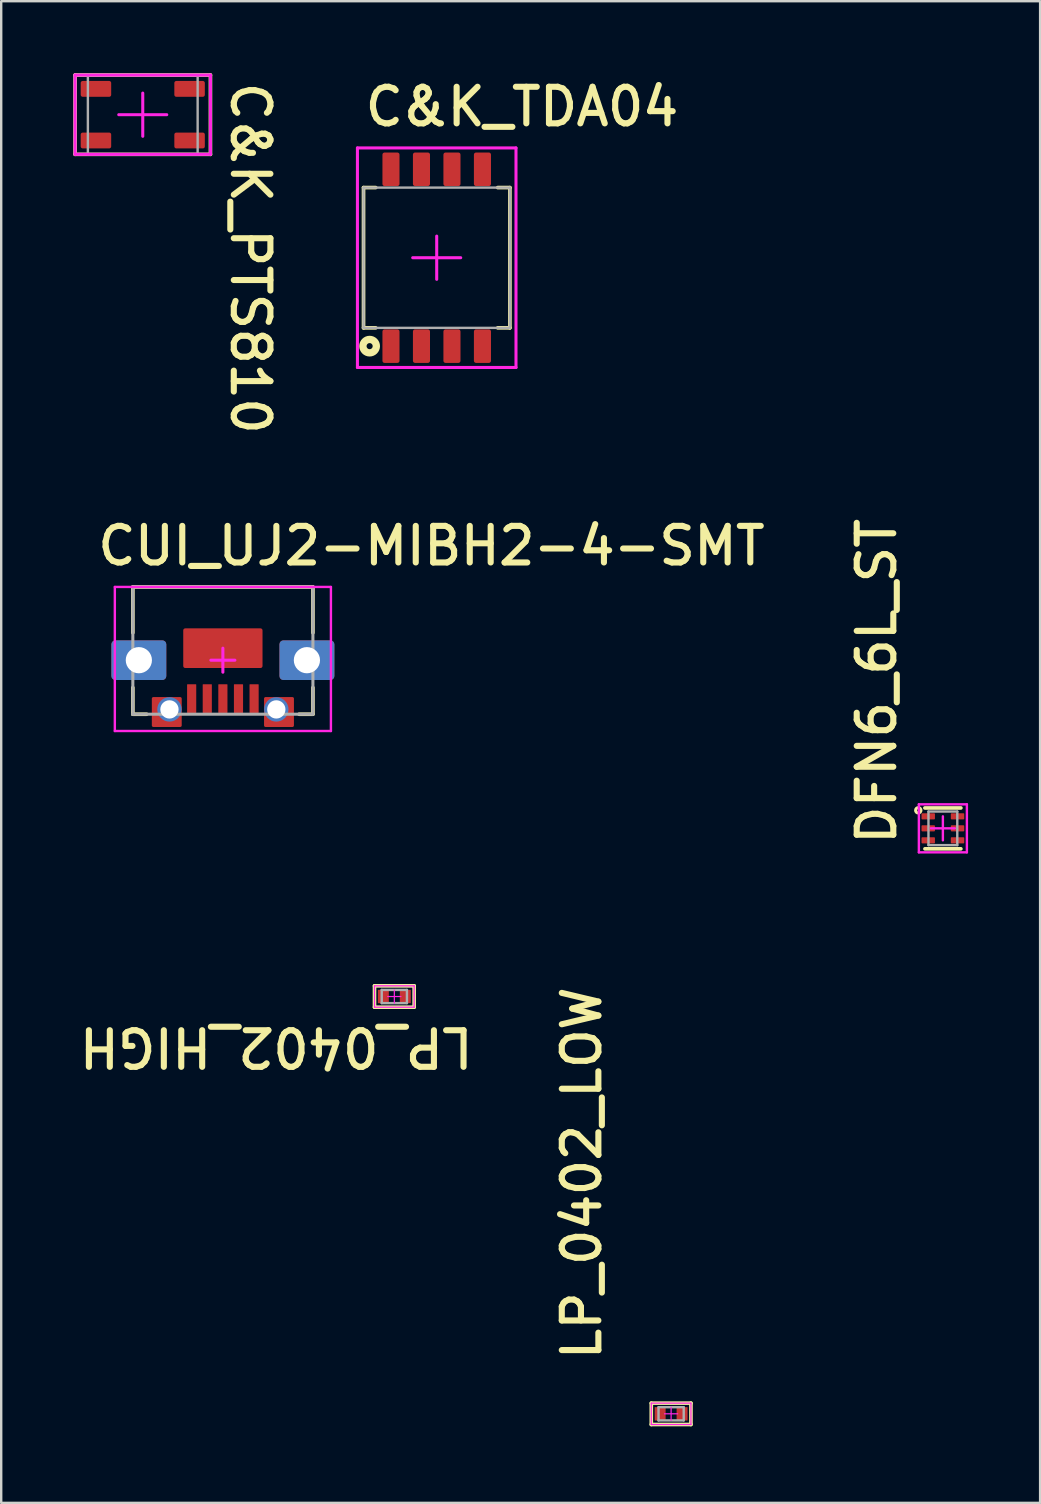
<source format=kicad_pcb>
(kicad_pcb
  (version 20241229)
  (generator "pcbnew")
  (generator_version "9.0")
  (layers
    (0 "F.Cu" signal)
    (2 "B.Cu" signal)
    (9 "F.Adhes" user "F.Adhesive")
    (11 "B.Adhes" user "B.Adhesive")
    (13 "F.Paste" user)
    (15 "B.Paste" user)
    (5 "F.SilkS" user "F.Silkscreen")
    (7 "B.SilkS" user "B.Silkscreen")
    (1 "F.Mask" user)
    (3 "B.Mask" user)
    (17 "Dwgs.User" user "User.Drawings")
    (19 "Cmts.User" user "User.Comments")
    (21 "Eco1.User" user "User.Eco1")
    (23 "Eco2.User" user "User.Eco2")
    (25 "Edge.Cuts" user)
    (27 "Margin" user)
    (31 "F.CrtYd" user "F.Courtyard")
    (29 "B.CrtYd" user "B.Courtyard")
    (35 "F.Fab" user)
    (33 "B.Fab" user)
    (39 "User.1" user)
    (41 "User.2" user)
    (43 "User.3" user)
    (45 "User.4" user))
  (footprint "C&K_TDA04"
    (layer "F.Cu")
    (at 15.139 7.684)
    (property "Reference" "C&K_TDA04" (at -3.111 -5.397 0) (unlocked yes) (layer "F.SilkS") (effects (font (size 1.524 1.524) (thickness 0.254)) (justify left bottom)))
    (fp_line (start -3.048 -2.921) (end -2.54 -2.921) (stroke (width 0.152) (type solid)) (layer "F.SilkS"))
    (fp_line (start -3.048 2.921) (end -3.048 -2.921) (stroke (width 0.152) (type solid)) (layer "F.SilkS"))
    (fp_line (start -3.048 2.921) (end -2.54 2.921) (stroke (width 0.152) (type solid)) (layer "F.SilkS"))
    (fp_line (start 2.54 -2.921) (end 3.048 -2.921) (stroke (width 0.152) (type solid)) (layer "F.SilkS"))
    (fp_line (start 2.54 2.921) (end 3.048 2.921) (stroke (width 0.152) (type solid)) (layer "F.SilkS"))
    (fp_line (start 3.048 2.921) (end 3.048 -2.921) (stroke (width 0.152) (type solid)) (layer "F.SilkS"))
    (fp_circle (center -2.794 3.683) (end -2.794 3.556) (stroke (width 0.305) (type solid)) (fill no) (layer "F.SilkS"))
    (fp_line (start -3.302 -4.572) (end 3.302 -4.572) (stroke (width 0.127) (type solid)) (layer "F.CrtYd"))
    (fp_line (start -3.302 4.572) (end -3.302 -4.572) (stroke (width 0.127) (type solid)) (layer "F.CrtYd"))
    (fp_line (start -3.302 4.572) (end 3.302 4.572) (stroke (width 0.127) (type solid)) (layer "F.CrtYd"))
    (fp_line (start -1 0) (end 1 0) (stroke (width 0.127) (type solid)) (layer "F.CrtYd"))
    (fp_line (start 0 0.9) (end 0 -0.9) (stroke (width 0.127) (type solid)) (layer "F.CrtYd"))
    (fp_line (start 3.302 4.572) (end 3.302 -4.572) (stroke (width 0.127) (type solid)) (layer "F.CrtYd"))
    (fp_line (start -3.048 -2.921) (end 3.048 -2.921) (stroke (width 0.1) (type solid)) (layer "F.Fab"))
    (fp_line (start -3.048 2.921) (end -3.048 -2.921) (stroke (width 0.1) (type solid)) (layer "F.Fab"))
    (fp_line (start -3.048 2.921) (end 3.048 2.921) (stroke (width 0.1) (type solid)) (layer "F.Fab"))
    (fp_line (start 3.048 2.921) (end 3.048 -2.921) (stroke (width 0.1) (type solid)) (layer "F.Fab"))
    (fp_text user "${REFERENCE}" (at -0.508 0.254 0) (unlocked yes) (layer "User.6") (effects (font (size 0.635 0.635) (thickness 0.076))))
    (pad "1" smd roundrect (at -1.905 3.683 270) (size 1.397 0.711) (layers "F.Cu" "F.Mask" "F.Paste") (roundrect_rratio 0.125))
    (pad "2" smd roundrect (at -0.635 3.683 270) (size 1.397 0.711) (layers "F.Cu" "F.Mask" "F.Paste") (roundrect_rratio 0.125))
    (pad "3" smd roundrect (at 0.635 3.683 270) (size 1.397 0.711) (layers "F.Cu" "F.Mask" "F.Paste") (roundrect_rratio 0.125))
    (pad "4" smd roundrect (at 1.905 3.683 270) (size 1.397 0.711) (layers "F.Cu" "F.Mask" "F.Paste") (roundrect_rratio 0.125))
    (pad "5" smd roundrect (at 1.905 -3.683 270) (size 1.397 0.711) (layers "F.Cu" "F.Mask" "F.Paste") (roundrect_rratio 0.125))
    (pad "6" smd roundrect (at 0.635 -3.683 270) (size 1.397 0.711) (layers "F.Cu" "F.Mask" "F.Paste") (roundrect_rratio 0.125))
    (pad "7" smd roundrect (at -0.635 -3.683 270) (size 1.397 0.711) (layers "F.Cu" "F.Mask" "F.Paste") (roundrect_rratio 0.125))
    (pad "8" smd roundrect (at -1.905 -3.683 270) (size 1.397 0.711) (layers "F.Cu" "F.Mask" "F.Paste") (roundrect_rratio 0.125)))
  (footprint "CUI_UJ2-MIBH2-4-SMT"
    (layer "F.Cu")
    (at 6.233 24.447)
    (property "Reference" "CUI_UJ2-MIBH2-4-SMT" (at -5.342 -3.871 0) (unlocked yes) (layer "F.SilkS") (effects (font (size 1.524 1.524) (thickness 0.254)) (justify left bottom)))
    (fp_line (start -3.75 -3.05) (end 3.75 -3.05) (stroke (width 0.152) (type solid)) (layer "F.SilkS"))
    (fp_line (start -3.75 -1.143) (end -3.75 -3.05) (stroke (width 0.152) (type solid)) (layer "F.SilkS"))
    (fp_line (start -3.75 2.25) (end -3.75 1.143) (stroke (width 0.152) (type solid)) (layer "F.SilkS"))
    (fp_line (start -3.75 2.25) (end -3.175 2.25) (stroke (width 0.152) (type solid)) (layer "F.SilkS"))
    (fp_line (start 3.175 2.25) (end 3.75 2.25) (stroke (width 0.152) (type solid)) (layer "F.SilkS"))
    (fp_line (start 3.75 -1.143) (end 3.75 -3.05) (stroke (width 0.152) (type solid)) (layer "F.SilkS"))
    (fp_line (start 3.75 2.25) (end 3.75 1.143) (stroke (width 0.152) (type solid)) (layer "F.SilkS"))
    (fp_line (start -4.5 -3.05) (end 4.5 -3.05) (stroke (width 0.1) (type solid)) (layer "F.CrtYd"))
    (fp_line (start -4.5 2.95) (end -4.5 -3.05) (stroke (width 0.1) (type solid)) (layer "F.CrtYd"))
    (fp_line (start -4.5 2.95) (end 4.5 2.95) (stroke (width 0.1) (type solid)) (layer "F.CrtYd"))
    (fp_line (start -0.5 0) (end 0.5 0) (stroke (width 0.127) (type solid)) (layer "F.CrtYd"))
    (fp_line (start 0 0.5) (end 0 -0.5) (stroke (width 0.127) (type solid)) (layer "F.CrtYd"))
    (fp_line (start 4.5 2.95) (end 4.5 -3.05) (stroke (width 0.1) (type solid)) (layer "F.CrtYd"))
    (fp_line (start -3.75 -3.05) (end 3.75 -3.05) (stroke (width 0.127) (type solid)) (layer "F.Fab"))
    (fp_line (start -3.75 2.25) (end -3.75 -3.05) (stroke (width 0.127) (type solid)) (layer "F.Fab"))
    (fp_line (start -3.75 2.25) (end 3.75 2.25) (stroke (width 0.127) (type solid)) (layer "F.Fab"))
    (fp_line (start 3.75 2.25) (end 3.75 -3.05) (stroke (width 0.127) (type solid)) (layer "F.Fab"))
    (fp_text user "${REFERENCE}" (at -0.406 0.229 0) (unlocked yes) (layer "User.6") (effects (font (size 0.635 0.635) (thickness 0.076))))
    (pad "1" smd roundrect (at 1.3 1.6 270) (size 1.194 0.381) (layers "F.Cu" "F.Mask" "F.Paste") (roundrect_rratio 0.05))
    (pad "2" smd roundrect (at 0.65 1.6 270) (size 1.194 0.381) (layers "F.Cu" "F.Mask" "F.Paste") (roundrect_rratio 0.05))
    (pad "3" smd roundrect (at 0 1.6 270) (size 1.194 0.381) (layers "F.Cu" "F.Mask" "F.Paste") (roundrect_rratio 0.05))
    (pad "4" smd roundrect (at -0.65 1.6 270) (size 1.194 0.381) (layers "F.Cu" "F.Mask" "F.Paste") (roundrect_rratio 0.05))
    (pad "5" smd roundrect (at -1.3 1.6 270) (size 1.194 0.381) (layers "F.Cu" "F.Mask" "F.Paste") (roundrect_rratio 0.05))
    (pad "6" thru_hole roundrect (at -3.5 0) (size 2.286 1.651) (drill 1.092) (layers "*.Cu" "*.Mask") (roundrect_rratio 0.1))
    (pad "6" smd roundrect (at -2.337 2.159 90) (size 1.245 1.245) (layers "F.Cu" "F.Mask" "F.Paste") (roundrect_rratio 0.05))
    (pad "6" thru_hole circle (at -2.225 2.05) (size 1.016 1.016) (drill 0.762) (layers "*.Cu" "*.Mask"))
    (pad "6" smd roundrect (at 0 -0.5) (size 3.302 1.651) (layers "F.Cu" "F.Mask" "F.Paste") (roundrect_rratio 0.05))
    (pad "6" thru_hole circle (at 2.225 2.05) (size 1.016 1.016) (drill 0.762) (layers "*.Cu" "*.Mask"))
    (pad "6" smd roundrect (at 2.337 2.159 90) (size 1.245 1.245) (layers "F.Cu" "F.Mask" "F.Paste") (roundrect_rratio 0.05))
    (pad "6" thru_hole roundrect (at 3.5 0) (size 2.286 1.651) (drill 1.092) (layers "*.Cu" "*.Mask") (roundrect_rratio 0.1)))
  (footprint "DFN6_6L_ST"
    (layer "F.Cu")
    (at 36.221 31.45)
    (property "Reference" "DFN6_6L_ST" (at -1.865 0.796 90) (unlocked yes) (layer "F.SilkS") (effects (font (size 1.524 1.524) (thickness 0.254)) (justify left bottom)))
    (fp_line (start 0.75 -0.849) (end -0.75 -0.849) (stroke (width 0.152) (type solid)) (layer "F.SilkS"))
    (fp_line (start 0.75 0.854) (end -0.747 0.854) (stroke (width 0.152) (type solid)) (layer "F.SilkS"))
    (fp_circle (center -1.025 -0.75) (end -1.073 -0.75) (stroke (width 0.127) (type solid)) (fill no) (layer "F.SilkS"))
    (fp_line (start -1 1) (end -1 -1) (stroke (width 0.1) (type solid)) (layer "F.CrtYd"))
    (fp_line (start 0 0.5) (end 0 -0.5) (stroke (width 0.1) (type solid)) (layer "F.CrtYd"))
    (fp_line (start 0.5 0) (end -0.5 0) (stroke (width 0.1) (type solid)) (layer "F.CrtYd"))
    (fp_line (start 1 -1) (end -1 -1) (stroke (width 0.1) (type solid)) (layer "F.CrtYd"))
    (fp_line (start 1 1) (end -1 1) (stroke (width 0.1) (type solid)) (layer "F.CrtYd"))
    (fp_line (start 1 1) (end 1 -1) (stroke (width 0.1) (type solid)) (layer "F.CrtYd"))
    (fp_line (start -0.6 0.7) (end -0.6 -0.7) (stroke (width 0.1) (type solid)) (layer "F.Fab"))
    (fp_line (start 0.6 -0.7) (end -0.6 -0.7) (stroke (width 0.1) (type solid)) (layer "F.Fab"))
    (fp_line (start 0.6 0.7) (end -0.6 0.7) (stroke (width 0.1) (type solid)) (layer "F.Fab"))
    (fp_line (start 0.6 0.7) (end 0.6 -0.7) (stroke (width 0.1) (type solid)) (layer "F.Fab"))
    (fp_text user "${REFERENCE}" (at 0.356 0.483 90) (unlocked yes) (layer "User.6") (effects (font (size 0.635 0.635) (thickness 0.076))))
    (pad "1" smd roundrect (at -0.61 -0.5 90) (size 0.254 0.559) (layers "F.Cu" "F.Mask" "F.Paste") (roundrect_rratio 0.125))
    (pad "2" smd roundrect (at -0.61 0 90) (size 0.254 0.559) (layers "F.Cu" "F.Mask" "F.Paste") (roundrect_rratio 0.125))
    (pad "3" smd roundrect (at -0.61 0.5 90) (size 0.254 0.559) (layers "F.Cu" "F.Mask" "F.Paste") (roundrect_rratio 0.125))
    (pad "4" smd roundrect (at 0.61 0.5 90) (size 0.254 0.559) (layers "F.Cu" "F.Mask" "F.Paste") (roundrect_rratio 0.125))
    (pad "5" smd roundrect (at 0.61 0 90) (size 0.254 0.559) (layers "F.Cu" "F.Mask" "F.Paste") (roundrect_rratio 0.125))
    (pad "6" smd roundrect (at 0.61 -0.5 90) (size 0.254 0.559) (layers "F.Cu" "F.Mask" "F.Paste") (roundrect_rratio 0.125)))
  (footprint "C&K_PTS810"
    (layer "F.Cu")
    (at 2.896 1.727)
    (property "Reference" "C&K_PTS810" (at 3.592 -1.481 270) (unlocked yes) (layer "F.SilkS") (effects (font (size 1.524 1.524) (thickness 0.254)) (justify left bottom)))
    (fp_line (start -2.819 -1.651) (end -2.819 1.651) (stroke (width 0.152) (type solid)) (layer "F.SilkS"))
    (fp_line (start -2.819 -1.651) (end 2.819 -1.651) (stroke (width 0.152) (type solid)) (layer "F.SilkS"))
    (fp_line (start -2.819 1.651) (end 2.819 1.651) (stroke (width 0.152) (type solid)) (layer "F.SilkS"))
    (fp_line (start 2.819 -1.651) (end 2.819 1.651) (stroke (width 0.152) (type solid)) (layer "F.SilkS"))
    (fp_line (start -2.819 -1.651) (end -2.819 1.651) (stroke (width 0.127) (type solid)) (layer "F.CrtYd"))
    (fp_line (start -2.819 -1.651) (end 2.819 -1.651) (stroke (width 0.127) (type solid)) (layer "F.CrtYd"))
    (fp_line (start -2.819 1.651) (end 2.819 1.651) (stroke (width 0.127) (type solid)) (layer "F.CrtYd"))
    (fp_line (start -1 0) (end 1 0) (stroke (width 0.127) (type solid)) (layer "F.CrtYd"))
    (fp_line (start 0 -0.9) (end 0 0.9) (stroke (width 0.127) (type solid)) (layer "F.CrtYd"))
    (fp_line (start 2.819 -1.651) (end 2.819 1.651) (stroke (width 0.127) (type solid)) (layer "F.CrtYd"))
    (fp_line (start -2.286 -1.651) (end -2.286 1.651) (stroke (width 0.1) (type solid)) (layer "F.Fab"))
    (fp_line (start -2.286 -1.651) (end 2.286 -1.651) (stroke (width 0.1) (type solid)) (layer "F.Fab"))
    (fp_line (start -2.286 1.651) (end 2.286 1.651) (stroke (width 0.1) (type solid)) (layer "F.Fab"))
    (fp_line (start 2.286 -1.651) (end 2.286 1.651) (stroke (width 0.1) (type solid)) (layer "F.Fab"))
    (fp_text user "${REFERENCE}" (at 0.381 -0.381 180) (unlocked yes) (layer "User.6") (effects (font (size 0.635 0.635) (thickness 0.076))))
    (pad "1" smd roundrect (at -1.95 -1.075 180) (size 1.27 0.66) (layers "F.Cu" "F.Mask" "F.Paste") (roundrect_rratio 0.125))
    (pad "1" smd roundrect (at 1.95 -1.075 180) (size 1.27 0.66) (layers "F.Cu" "F.Mask" "F.Paste") (roundrect_rratio 0.125))
    (pad "2" smd roundrect (at -1.95 1.075 180) (size 1.27 0.66) (layers "F.Cu" "F.Mask" "F.Paste") (roundrect_rratio 0.125))
    (pad "2" smd roundrect (at 1.95 1.075 180) (size 1.27 0.66) (layers "F.Cu" "F.Mask" "F.Paste") (roundrect_rratio 0.125)))
  (footprint "LP_0402_LOW"
    (layer "F.Cu")
    (at 24.902 55.836)
    (property "Reference" "LP_0402_LOW" (at -2.83 -2.125 90) (unlocked yes) (layer "F.SilkS") (effects (font (size 1.524 1.524) (thickness 0.254)) (justify left bottom)))
    (fp_line (start -0.826 0.445) (end -0.826 -0.445) (stroke (width 0.152) (type solid)) (layer "F.SilkS"))
    (fp_line (start 0.826 -0.445) (end -0.826 -0.445) (stroke (width 0.152) (type solid)) (layer "F.SilkS"))
    (fp_line (start 0.826 0.445) (end -0.826 0.445) (stroke (width 0.152) (type solid)) (layer "F.SilkS"))
    (fp_line (start 0.826 0.445) (end 0.826 -0.445) (stroke (width 0.152) (type solid)) (layer "F.SilkS"))
    (fp_line (start -0.826 0.445) (end -0.826 -0.445) (stroke (width 0.05) (type solid)) (layer "F.CrtYd"))
    (fp_line (start 0 0.275) (end 0 -0.275) (stroke (width 0.05) (type solid)) (layer "F.CrtYd"))
    (fp_line (start 0.275 0) (end -0.275 0) (stroke (width 0.05) (type solid)) (layer "F.CrtYd"))
    (fp_line (start 0.826 -0.445) (end -0.826 -0.445) (stroke (width 0.05) (type solid)) (layer "F.CrtYd"))
    (fp_line (start 0.826 0.445) (end -0.826 0.445) (stroke (width 0.05) (type solid)) (layer "F.CrtYd"))
    (fp_line (start 0.826 0.445) (end 0.826 -0.445) (stroke (width 0.05) (type solid)) (layer "F.CrtYd"))
    (fp_line (start -0.525 0.275) (end -0.525 -0.275) (stroke (width 0.1) (type solid)) (layer "F.Fab"))
    (fp_line (start 0.525 -0.275) (end -0.525 -0.275) (stroke (width 0.1) (type solid)) (layer "F.Fab"))
    (fp_line (start 0.525 0.275) (end -0.525 0.275) (stroke (width 0.1) (type solid)) (layer "F.Fab"))
    (fp_line (start 0.525 0.275) (end 0.525 -0.275) (stroke (width 0.1) (type solid)) (layer "F.Fab"))
    (fp_text user "${REFERENCE}" (at -0.381 0.279 0) (unlocked yes) (layer "User.6") (effects (font (size 0.508 0.508) (thickness 0.076))))
    (pad "1" smd roundrect (at -0.457 0 90) (size 0.559 0.457) (layers "F.Cu" "F.Mask" "F.Paste") (roundrect_rratio 0.025))
    (pad "2" smd roundrect (at 0.457 0 90) (size 0.559 0.457) (layers "F.Cu" "F.Mask" "F.Paste") (roundrect_rratio 0.025)))
  (footprint "LP_0402_HIGH"
    (layer "F.Cu")
    (at 13.374 38.455)
    (property "Reference" "LP_0402_HIGH" (at 3.412 1.204 180) (unlocked yes) (layer "F.SilkS") (effects (font (size 1.524 1.524) (thickness 0.254)) (justify left bottom)))
    (fp_line (start -0.826 -0.445) (end -0.826 0.445) (stroke (width 0.152) (type solid)) (layer "F.SilkS"))
    (fp_line (start 0.826 -0.445) (end -0.826 -0.445) (stroke (width 0.152) (type solid)) (layer "F.SilkS"))
    (fp_line (start 0.826 -0.445) (end 0.826 0.445) (stroke (width 0.152) (type solid)) (layer "F.SilkS"))
    (fp_line (start 0.826 0.445) (end -0.826 0.445) (stroke (width 0.152) (type solid)) (layer "F.SilkS"))
    (fp_line (start -0.826 -0.445) (end -0.826 0.445) (stroke (width 0.05) (type solid)) (layer "F.CrtYd"))
    (fp_line (start 0 -0.275) (end 0 0.275) (stroke (width 0.05) (type solid)) (layer "F.CrtYd"))
    (fp_line (start 0.275 0) (end -0.275 0) (stroke (width 0.05) (type solid)) (layer "F.CrtYd"))
    (fp_line (start 0.826 -0.445) (end -0.826 -0.445) (stroke (width 0.05) (type solid)) (layer "F.CrtYd"))
    (fp_line (start 0.826 -0.445) (end 0.826 0.445) (stroke (width 0.05) (type solid)) (layer "F.CrtYd"))
    (fp_line (start 0.826 0.445) (end -0.826 0.445) (stroke (width 0.05) (type solid)) (layer "F.CrtYd"))
    (fp_line (start -0.525 -0.275) (end -0.525 0.275) (stroke (width 0.1) (type solid)) (layer "F.Fab"))
    (fp_line (start 0.525 -0.275) (end -0.525 -0.275) (stroke (width 0.1) (type solid)) (layer "F.Fab"))
    (fp_line (start 0.525 -0.275) (end 0.525 0.275) (stroke (width 0.1) (type solid)) (layer "F.Fab"))
    (fp_line (start 0.525 0.275) (end -0.525 0.275) (stroke (width 0.1) (type solid)) (layer "F.Fab"))
    (fp_text user "${REFERENCE}" (at 0.457 -0.229 180) (unlocked yes) (layer "User.6") (effects (font (size 0.508 0.508) (thickness 0.076))))
    (pad "1" smd roundrect (at -0.457 0 90) (size 0.559 0.457) (layers "F.Cu" "F.Mask" "F.Paste") (roundrect_rratio 0.025))
    (pad "2" smd roundrect (at 0.457 0 90) (size 0.559 0.457) (layers "F.Cu" "F.Mask" "F.Paste") (roundrect_rratio 0.025)))
  (gr_rect
    (start -3 -3)
    (end 40.271 59.546)
    (stroke (width 0.1) (type default))
    (fill no)
    (layer "Edge.Cuts")))
</source>
